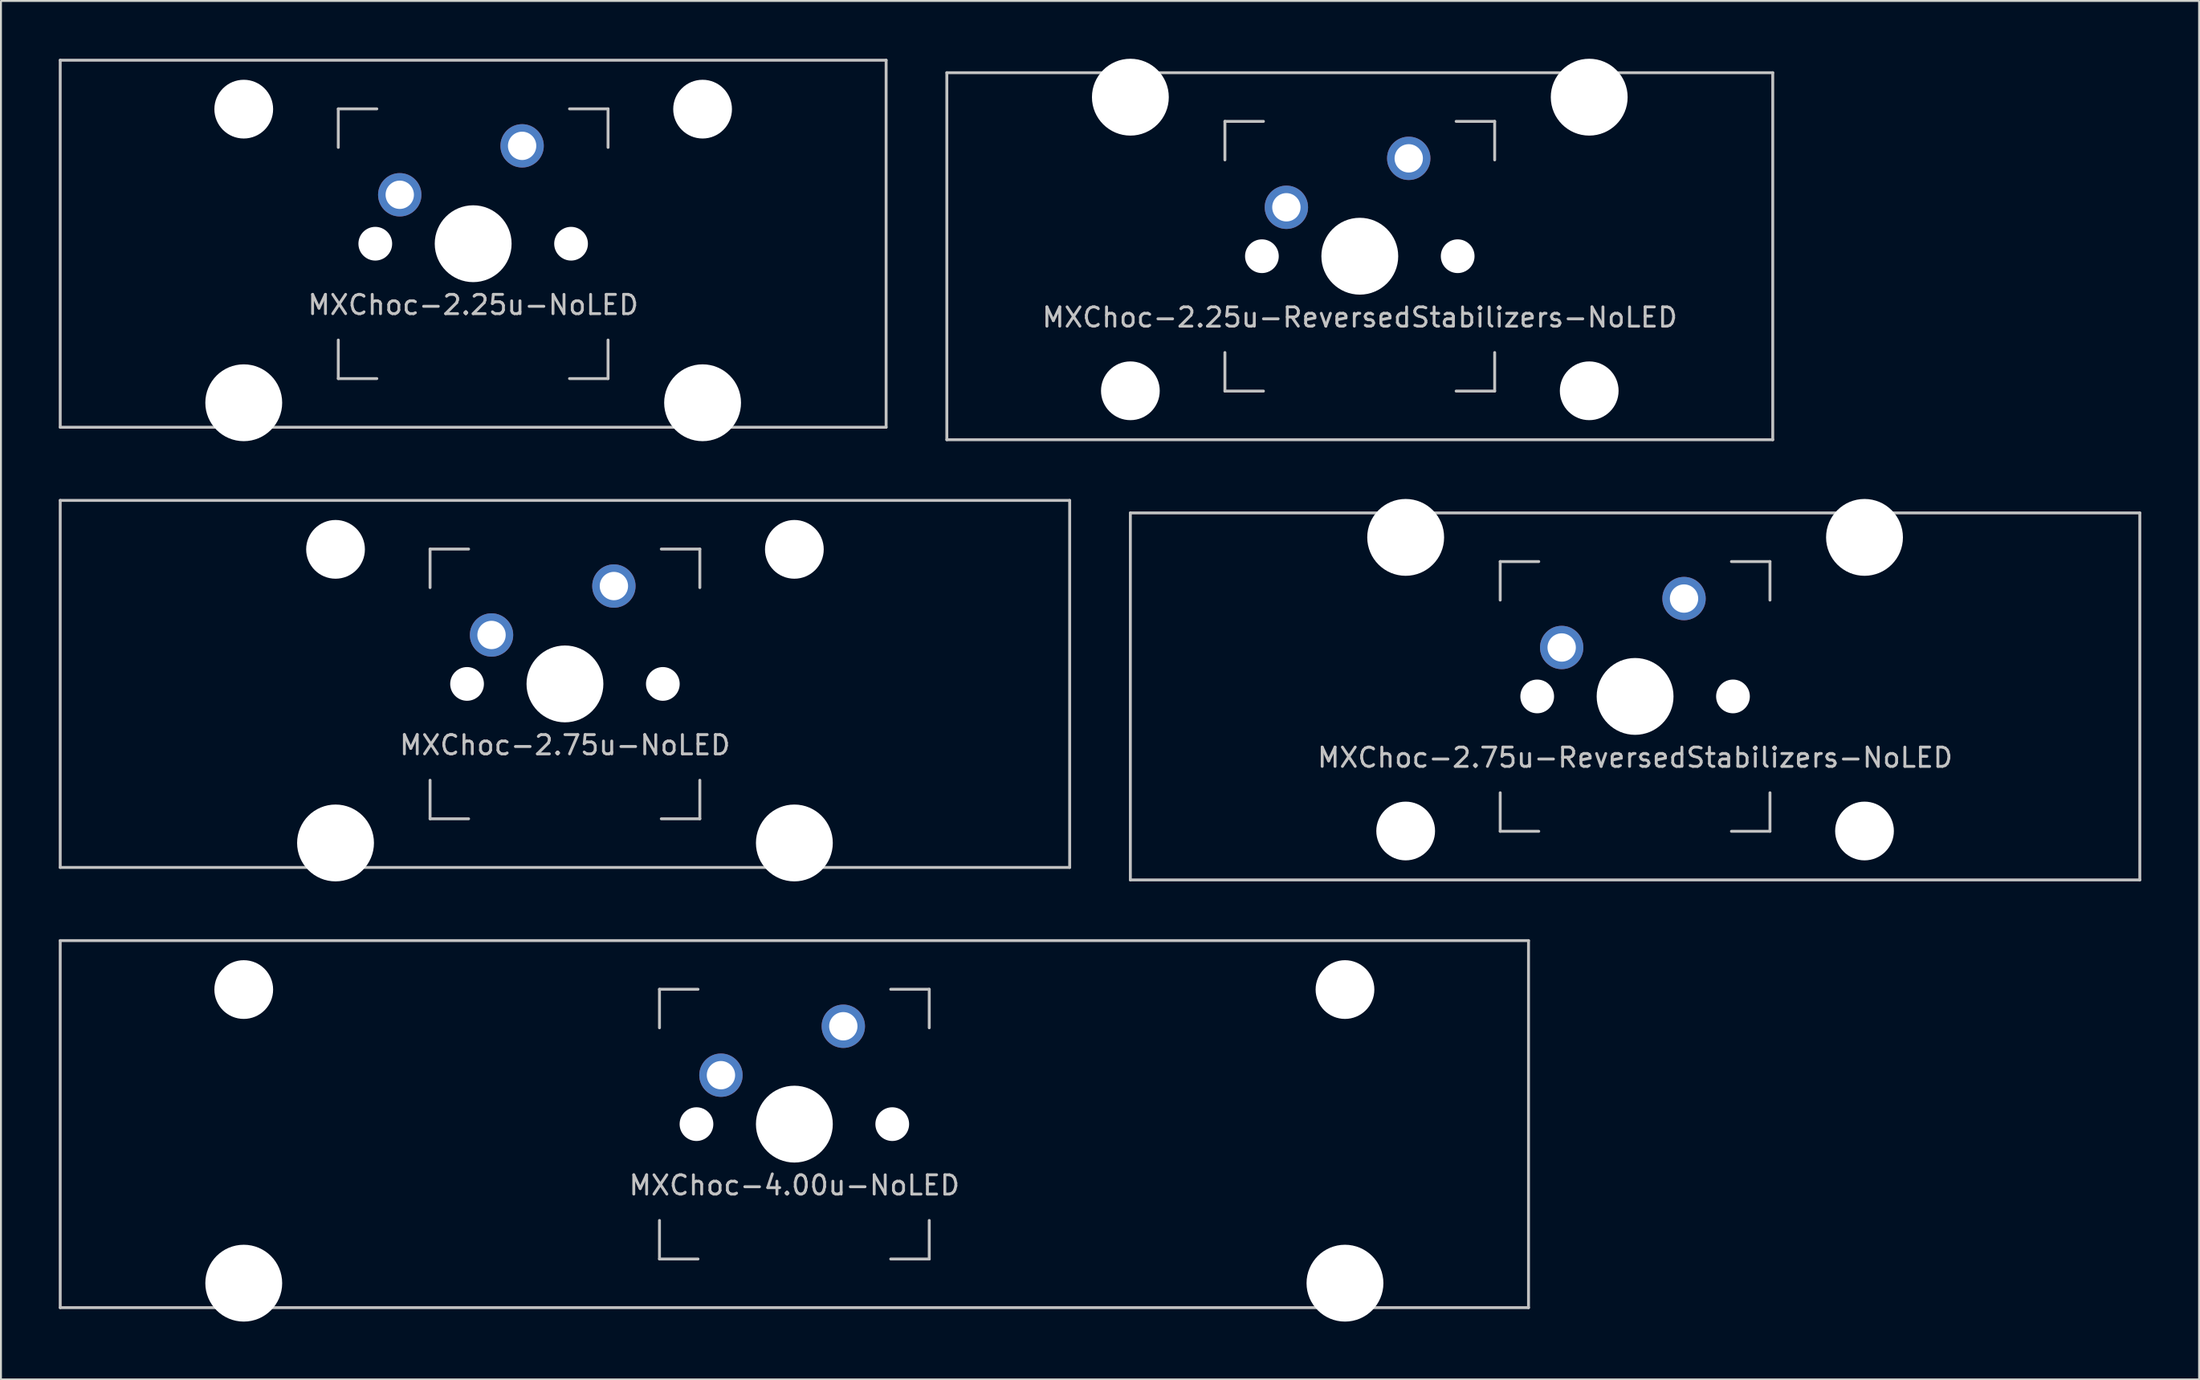
<source format=kicad_pcb>
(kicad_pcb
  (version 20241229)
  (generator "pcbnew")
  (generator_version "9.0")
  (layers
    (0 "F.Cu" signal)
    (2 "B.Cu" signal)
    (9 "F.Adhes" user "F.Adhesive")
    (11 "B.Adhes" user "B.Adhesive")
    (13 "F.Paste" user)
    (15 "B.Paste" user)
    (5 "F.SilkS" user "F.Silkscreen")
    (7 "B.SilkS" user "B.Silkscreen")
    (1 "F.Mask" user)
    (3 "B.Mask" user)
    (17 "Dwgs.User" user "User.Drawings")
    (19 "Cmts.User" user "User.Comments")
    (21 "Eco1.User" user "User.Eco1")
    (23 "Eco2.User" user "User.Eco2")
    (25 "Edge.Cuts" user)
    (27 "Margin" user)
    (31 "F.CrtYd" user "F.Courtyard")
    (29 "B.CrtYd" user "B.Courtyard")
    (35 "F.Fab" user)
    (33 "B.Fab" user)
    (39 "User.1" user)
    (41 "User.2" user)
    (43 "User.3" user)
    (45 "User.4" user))
  (footprint "MXChoc-2.75u-ReversedStabilizers-NoLED"
    (layer "F.Cu")
    (at 81.806 33.098)
    (property "Reference" "MXChoc-2.75u-ReversedStabilizers-NoLED" (at 0 3.175 0) (layer "Dwgs.User") (effects (font (size 1 1) (thickness 0.15))))
    (attr through_hole)
    (fp_line (start -26.194 -9.525) (end 26.194 -9.525) (stroke (width 0.15) (type solid)) (layer "Dwgs.User"))
    (fp_line (start -26.194 9.525) (end -26.194 -9.525) (stroke (width 0.15) (type solid)) (layer "Dwgs.User"))
    (fp_line (start -26.194 9.525) (end 26.194 9.525) (stroke (width 0.15) (type solid)) (layer "Dwgs.User"))
    (fp_line (start -7 -7) (end -7 -5) (stroke (width 0.15) (type solid)) (layer "Dwgs.User"))
    (fp_line (start -7 5) (end -7 7) (stroke (width 0.15) (type solid)) (layer "Dwgs.User"))
    (fp_line (start -7 7) (end -5 7) (stroke (width 0.15) (type solid)) (layer "Dwgs.User"))
    (fp_line (start -5 -7) (end -7 -7) (stroke (width 0.15) (type solid)) (layer "Dwgs.User"))
    (fp_line (start 5 -7) (end 7 -7) (stroke (width 0.15) (type solid)) (layer "Dwgs.User"))
    (fp_line (start 5 7) (end 7 7) (stroke (width 0.15) (type solid)) (layer "Dwgs.User"))
    (fp_line (start 7 -7) (end 7 -5) (stroke (width 0.15) (type solid)) (layer "Dwgs.User"))
    (fp_line (start 7 7) (end 7 5) (stroke (width 0.15) (type solid)) (layer "Dwgs.User"))
    (fp_line (start 26.194 -9.525) (end 26.194 9.525) (stroke (width 0.15) (type solid)) (layer "Dwgs.User"))
    (pad "" np_thru_hole circle (at -11.906 -8.255) (size 3.988 3.988) (drill 3.988) (layers "*.Cu" "*.Mask"))
    (pad "" np_thru_hole circle (at -11.906 6.985) (size 3.048 3.048) (drill 3.048) (layers "*.Cu" "*.Mask"))
    (pad "" np_thru_hole circle (at -5.08 0 48.1) (size 1.75 1.75) (drill 1.75) (layers "*.Cu" "*.Mask"))
    (pad "" np_thru_hole circle (at 0 0) (size 3.988 3.988) (drill 3.988) (layers "*.Cu" "*.Mask"))
    (pad "" np_thru_hole circle (at 5.08 0 48.1) (size 1.75 1.75) (drill 1.75) (layers "*.Cu" "*.Mask"))
    (pad "" np_thru_hole circle (at 11.906 -8.255) (size 3.988 3.988) (drill 3.988) (layers "*.Cu" "*.Mask"))
    (pad "" np_thru_hole circle (at 11.906 6.985) (size 3.048 3.048) (drill 3.048) (layers "*.Cu" "*.Mask"))
    (pad "1" thru_hole circle (at -3.81 -2.54) (size 2.25 2.25) (drill 1.47) (layers "*.Cu" "B.Mask"))
    (pad "2" thru_hole circle (at 2.54 -5.08) (size 2.25 2.25) (drill 1.47) (layers "*.Cu" "B.Mask")))
  (footprint "MXChoc-2.25u-NoLED"
    (layer "F.Cu")
    (at 21.506 9.6)
    (property "Reference" "MXChoc-2.25u-NoLED" (at 0 3.175 0) (layer "Dwgs.User") (effects (font (size 1 1) (thickness 0.15))))
    (attr through_hole)
    (fp_line (start -21.431 -9.525) (end 21.431 -9.525) (stroke (width 0.15) (type solid)) (layer "Dwgs.User"))
    (fp_line (start -21.431 9.525) (end -21.431 -9.525) (stroke (width 0.15) (type solid)) (layer "Dwgs.User"))
    (fp_line (start -21.431 9.525) (end 21.431 9.525) (stroke (width 0.15) (type solid)) (layer "Dwgs.User"))
    (fp_line (start -7 -7) (end -7 -5) (stroke (width 0.15) (type solid)) (layer "Dwgs.User"))
    (fp_line (start -7 5) (end -7 7) (stroke (width 0.15) (type solid)) (layer "Dwgs.User"))
    (fp_line (start -7 7) (end -5 7) (stroke (width 0.15) (type solid)) (layer "Dwgs.User"))
    (fp_line (start -5 -7) (end -7 -7) (stroke (width 0.15) (type solid)) (layer "Dwgs.User"))
    (fp_line (start 5 -7) (end 7 -7) (stroke (width 0.15) (type solid)) (layer "Dwgs.User"))
    (fp_line (start 5 7) (end 7 7) (stroke (width 0.15) (type solid)) (layer "Dwgs.User"))
    (fp_line (start 7 -7) (end 7 -5) (stroke (width 0.15) (type solid)) (layer "Dwgs.User"))
    (fp_line (start 7 7) (end 7 5) (stroke (width 0.15) (type solid)) (layer "Dwgs.User"))
    (fp_line (start 21.431 -9.525) (end 21.431 9.525) (stroke (width 0.15) (type solid)) (layer "Dwgs.User"))
    (pad "" np_thru_hole circle (at -11.906 -6.985) (size 3.048 3.048) (drill 3.048) (layers "*.Cu" "*.Mask"))
    (pad "" np_thru_hole circle (at -11.906 8.255) (size 3.988 3.988) (drill 3.988) (layers "*.Cu" "*.Mask"))
    (pad "" np_thru_hole circle (at -5.08 0 48.1) (size 1.75 1.75) (drill 1.75) (layers "*.Cu" "*.Mask"))
    (pad "" np_thru_hole circle (at 0 0) (size 3.988 3.988) (drill 3.988) (layers "*.Cu" "*.Mask"))
    (pad "" np_thru_hole circle (at 5.08 0 48.1) (size 1.75 1.75) (drill 1.75) (layers "*.Cu" "*.Mask"))
    (pad "" np_thru_hole circle (at 11.906 -6.985) (size 3.048 3.048) (drill 3.048) (layers "*.Cu" "*.Mask"))
    (pad "" np_thru_hole circle (at 11.906 8.255) (size 3.988 3.988) (drill 3.988) (layers "*.Cu" "*.Mask"))
    (pad "1" thru_hole circle (at -3.81 -2.54) (size 2.25 2.25) (drill 1.47) (layers "*.Cu" "B.Mask"))
    (pad "2" thru_hole circle (at 2.54 -5.08) (size 2.25 2.25) (drill 1.47) (layers "*.Cu" "B.Mask")))
  (footprint "MXChoc-2.25u-ReversedStabilizers-NoLED"
    (layer "F.Cu")
    (at 67.519 10.249)
    (property "Reference" "MXChoc-2.25u-ReversedStabilizers-NoLED" (at 0 3.175 0) (layer "Dwgs.User") (effects (font (size 1 1) (thickness 0.15))))
    (attr through_hole)
    (fp_line (start -21.431 -9.525) (end 21.431 -9.525) (stroke (width 0.15) (type solid)) (layer "Dwgs.User"))
    (fp_line (start -21.431 9.525) (end -21.431 -9.525) (stroke (width 0.15) (type solid)) (layer "Dwgs.User"))
    (fp_line (start -21.431 9.525) (end 21.431 9.525) (stroke (width 0.15) (type solid)) (layer "Dwgs.User"))
    (fp_line (start -7 -7) (end -7 -5) (stroke (width 0.15) (type solid)) (layer "Dwgs.User"))
    (fp_line (start -7 5) (end -7 7) (stroke (width 0.15) (type solid)) (layer "Dwgs.User"))
    (fp_line (start -7 7) (end -5 7) (stroke (width 0.15) (type solid)) (layer "Dwgs.User"))
    (fp_line (start -5 -7) (end -7 -7) (stroke (width 0.15) (type solid)) (layer "Dwgs.User"))
    (fp_line (start 5 -7) (end 7 -7) (stroke (width 0.15) (type solid)) (layer "Dwgs.User"))
    (fp_line (start 5 7) (end 7 7) (stroke (width 0.15) (type solid)) (layer "Dwgs.User"))
    (fp_line (start 7 -7) (end 7 -5) (stroke (width 0.15) (type solid)) (layer "Dwgs.User"))
    (fp_line (start 7 7) (end 7 5) (stroke (width 0.15) (type solid)) (layer "Dwgs.User"))
    (fp_line (start 21.431 -9.525) (end 21.431 9.525) (stroke (width 0.15) (type solid)) (layer "Dwgs.User"))
    (pad "" np_thru_hole circle (at -11.906 -8.255) (size 3.988 3.988) (drill 3.988) (layers "*.Cu" "*.Mask"))
    (pad "" np_thru_hole circle (at -11.906 6.985) (size 3.048 3.048) (drill 3.048) (layers "*.Cu" "*.Mask"))
    (pad "" np_thru_hole circle (at -5.08 0 48.1) (size 1.75 1.75) (drill 1.75) (layers "*.Cu" "*.Mask"))
    (pad "" np_thru_hole circle (at 0 0) (size 3.988 3.988) (drill 3.988) (layers "*.Cu" "*.Mask"))
    (pad "" np_thru_hole circle (at 5.08 0 48.1) (size 1.75 1.75) (drill 1.75) (layers "*.Cu" "*.Mask"))
    (pad "" np_thru_hole circle (at 11.906 -8.255) (size 3.988 3.988) (drill 3.988) (layers "*.Cu" "*.Mask"))
    (pad "" np_thru_hole circle (at 11.906 6.985) (size 3.048 3.048) (drill 3.048) (layers "*.Cu" "*.Mask"))
    (pad "1" thru_hole circle (at -3.81 -2.54) (size 2.25 2.25) (drill 1.47) (layers "*.Cu" "B.Mask"))
    (pad "2" thru_hole circle (at 2.54 -5.08) (size 2.25 2.25) (drill 1.47) (layers "*.Cu" "B.Mask")))
  (footprint "MXChoc-4.00u-NoLED"
    (layer "F.Cu")
    (at 38.175 55.298)
    (property "Reference" "MXChoc-4.00u-NoLED" (at 0 3.175 0) (layer "Dwgs.User") (effects (font (size 1 1) (thickness 0.15))))
    (attr through_hole)
    (fp_line (start -38.1 -9.525) (end 38.1 -9.525) (stroke (width 0.15) (type solid)) (layer "Dwgs.User"))
    (fp_line (start -38.1 9.525) (end -38.1 -9.525) (stroke (width 0.15) (type solid)) (layer "Dwgs.User"))
    (fp_line (start -38.1 9.525) (end 38.1 9.525) (stroke (width 0.15) (type solid)) (layer "Dwgs.User"))
    (fp_line (start -7 -7) (end -7 -5) (stroke (width 0.15) (type solid)) (layer "Dwgs.User"))
    (fp_line (start -7 5) (end -7 7) (stroke (width 0.15) (type solid)) (layer "Dwgs.User"))
    (fp_line (start -7 7) (end -5 7) (stroke (width 0.15) (type solid)) (layer "Dwgs.User"))
    (fp_line (start -5 -7) (end -7 -7) (stroke (width 0.15) (type solid)) (layer "Dwgs.User"))
    (fp_line (start 5 -7) (end 7 -7) (stroke (width 0.15) (type solid)) (layer "Dwgs.User"))
    (fp_line (start 5 7) (end 7 7) (stroke (width 0.15) (type solid)) (layer "Dwgs.User"))
    (fp_line (start 7 -7) (end 7 -5) (stroke (width 0.15) (type solid)) (layer "Dwgs.User"))
    (fp_line (start 7 7) (end 7 5) (stroke (width 0.15) (type solid)) (layer "Dwgs.User"))
    (fp_line (start 38.1 -9.525) (end 38.1 9.525) (stroke (width 0.15) (type solid)) (layer "Dwgs.User"))
    (pad "" np_thru_hole circle (at -28.575 -6.985) (size 3.048 3.048) (drill 3.048) (layers "*.Cu" "*.Mask"))
    (pad "" np_thru_hole circle (at -28.575 8.255) (size 3.988 3.988) (drill 3.988) (layers "*.Cu" "*.Mask"))
    (pad "" np_thru_hole circle (at -5.08 0 48.1) (size 1.75 1.75) (drill 1.75) (layers "*.Cu" "*.Mask"))
    (pad "" np_thru_hole circle (at 0 0) (size 3.988 3.988) (drill 3.988) (layers "*.Cu" "*.Mask"))
    (pad "" np_thru_hole circle (at 5.08 0 48.1) (size 1.75 1.75) (drill 1.75) (layers "*.Cu" "*.Mask"))
    (pad "" np_thru_hole circle (at 28.575 -6.985) (size 3.048 3.048) (drill 3.048) (layers "*.Cu" "*.Mask"))
    (pad "" np_thru_hole circle (at 28.575 8.255) (size 3.988 3.988) (drill 3.988) (layers "*.Cu" "*.Mask"))
    (pad "1" thru_hole circle (at -3.81 -2.54) (size 2.25 2.25) (drill 1.47) (layers "*.Cu" "B.Mask"))
    (pad "2" thru_hole circle (at 2.54 -5.08) (size 2.25 2.25) (drill 1.47) (layers "*.Cu" "B.Mask")))
  (footprint "MXChoc-2.75u-NoLED"
    (layer "F.Cu")
    (at 26.269 32.449)
    (property "Reference" "MXChoc-2.75u-NoLED" (at 0 3.175 0) (layer "Dwgs.User") (effects (font (size 1 1) (thickness 0.15))))
    (attr through_hole)
    (fp_line (start -26.194 -9.525) (end 26.194 -9.525) (stroke (width 0.15) (type solid)) (layer "Dwgs.User"))
    (fp_line (start -26.194 9.525) (end -26.194 -9.525) (stroke (width 0.15) (type solid)) (layer "Dwgs.User"))
    (fp_line (start -26.194 9.525) (end 26.194 9.525) (stroke (width 0.15) (type solid)) (layer "Dwgs.User"))
    (fp_line (start -7 -7) (end -7 -5) (stroke (width 0.15) (type solid)) (layer "Dwgs.User"))
    (fp_line (start -7 5) (end -7 7) (stroke (width 0.15) (type solid)) (layer "Dwgs.User"))
    (fp_line (start -7 7) (end -5 7) (stroke (width 0.15) (type solid)) (layer "Dwgs.User"))
    (fp_line (start -5 -7) (end -7 -7) (stroke (width 0.15) (type solid)) (layer "Dwgs.User"))
    (fp_line (start 5 -7) (end 7 -7) (stroke (width 0.15) (type solid)) (layer "Dwgs.User"))
    (fp_line (start 5 7) (end 7 7) (stroke (width 0.15) (type solid)) (layer "Dwgs.User"))
    (fp_line (start 7 -7) (end 7 -5) (stroke (width 0.15) (type solid)) (layer "Dwgs.User"))
    (fp_line (start 7 7) (end 7 5) (stroke (width 0.15) (type solid)) (layer "Dwgs.User"))
    (fp_line (start 26.194 -9.525) (end 26.194 9.525) (stroke (width 0.15) (type solid)) (layer "Dwgs.User"))
    (pad "" np_thru_hole circle (at -11.906 -6.985) (size 3.048 3.048) (drill 3.048) (layers "*.Cu" "*.Mask"))
    (pad "" np_thru_hole circle (at -11.906 8.255) (size 3.988 3.988) (drill 3.988) (layers "*.Cu" "*.Mask"))
    (pad "" np_thru_hole circle (at -5.08 0 48.1) (size 1.75 1.75) (drill 1.75) (layers "*.Cu" "*.Mask"))
    (pad "" np_thru_hole circle (at 0 0) (size 3.988 3.988) (drill 3.988) (layers "*.Cu" "*.Mask"))
    (pad "" np_thru_hole circle (at 5.08 0 48.1) (size 1.75 1.75) (drill 1.75) (layers "*.Cu" "*.Mask"))
    (pad "" np_thru_hole circle (at 11.906 -6.985) (size 3.048 3.048) (drill 3.048) (layers "*.Cu" "*.Mask"))
    (pad "" np_thru_hole circle (at 11.906 8.255) (size 3.988 3.988) (drill 3.988) (layers "*.Cu" "*.Mask"))
    (pad "1" thru_hole circle (at -3.81 -2.54) (size 2.25 2.25) (drill 1.47) (layers "*.Cu" "B.Mask"))
    (pad "2" thru_hole circle (at 2.54 -5.08) (size 2.25 2.25) (drill 1.47) (layers "*.Cu" "B.Mask")))
  (gr_rect
    (start -3 -3)
    (end 111.075 68.547)
    (stroke (width 0.1) (type default))
    (fill no)
    (layer "Edge.Cuts")))
</source>
